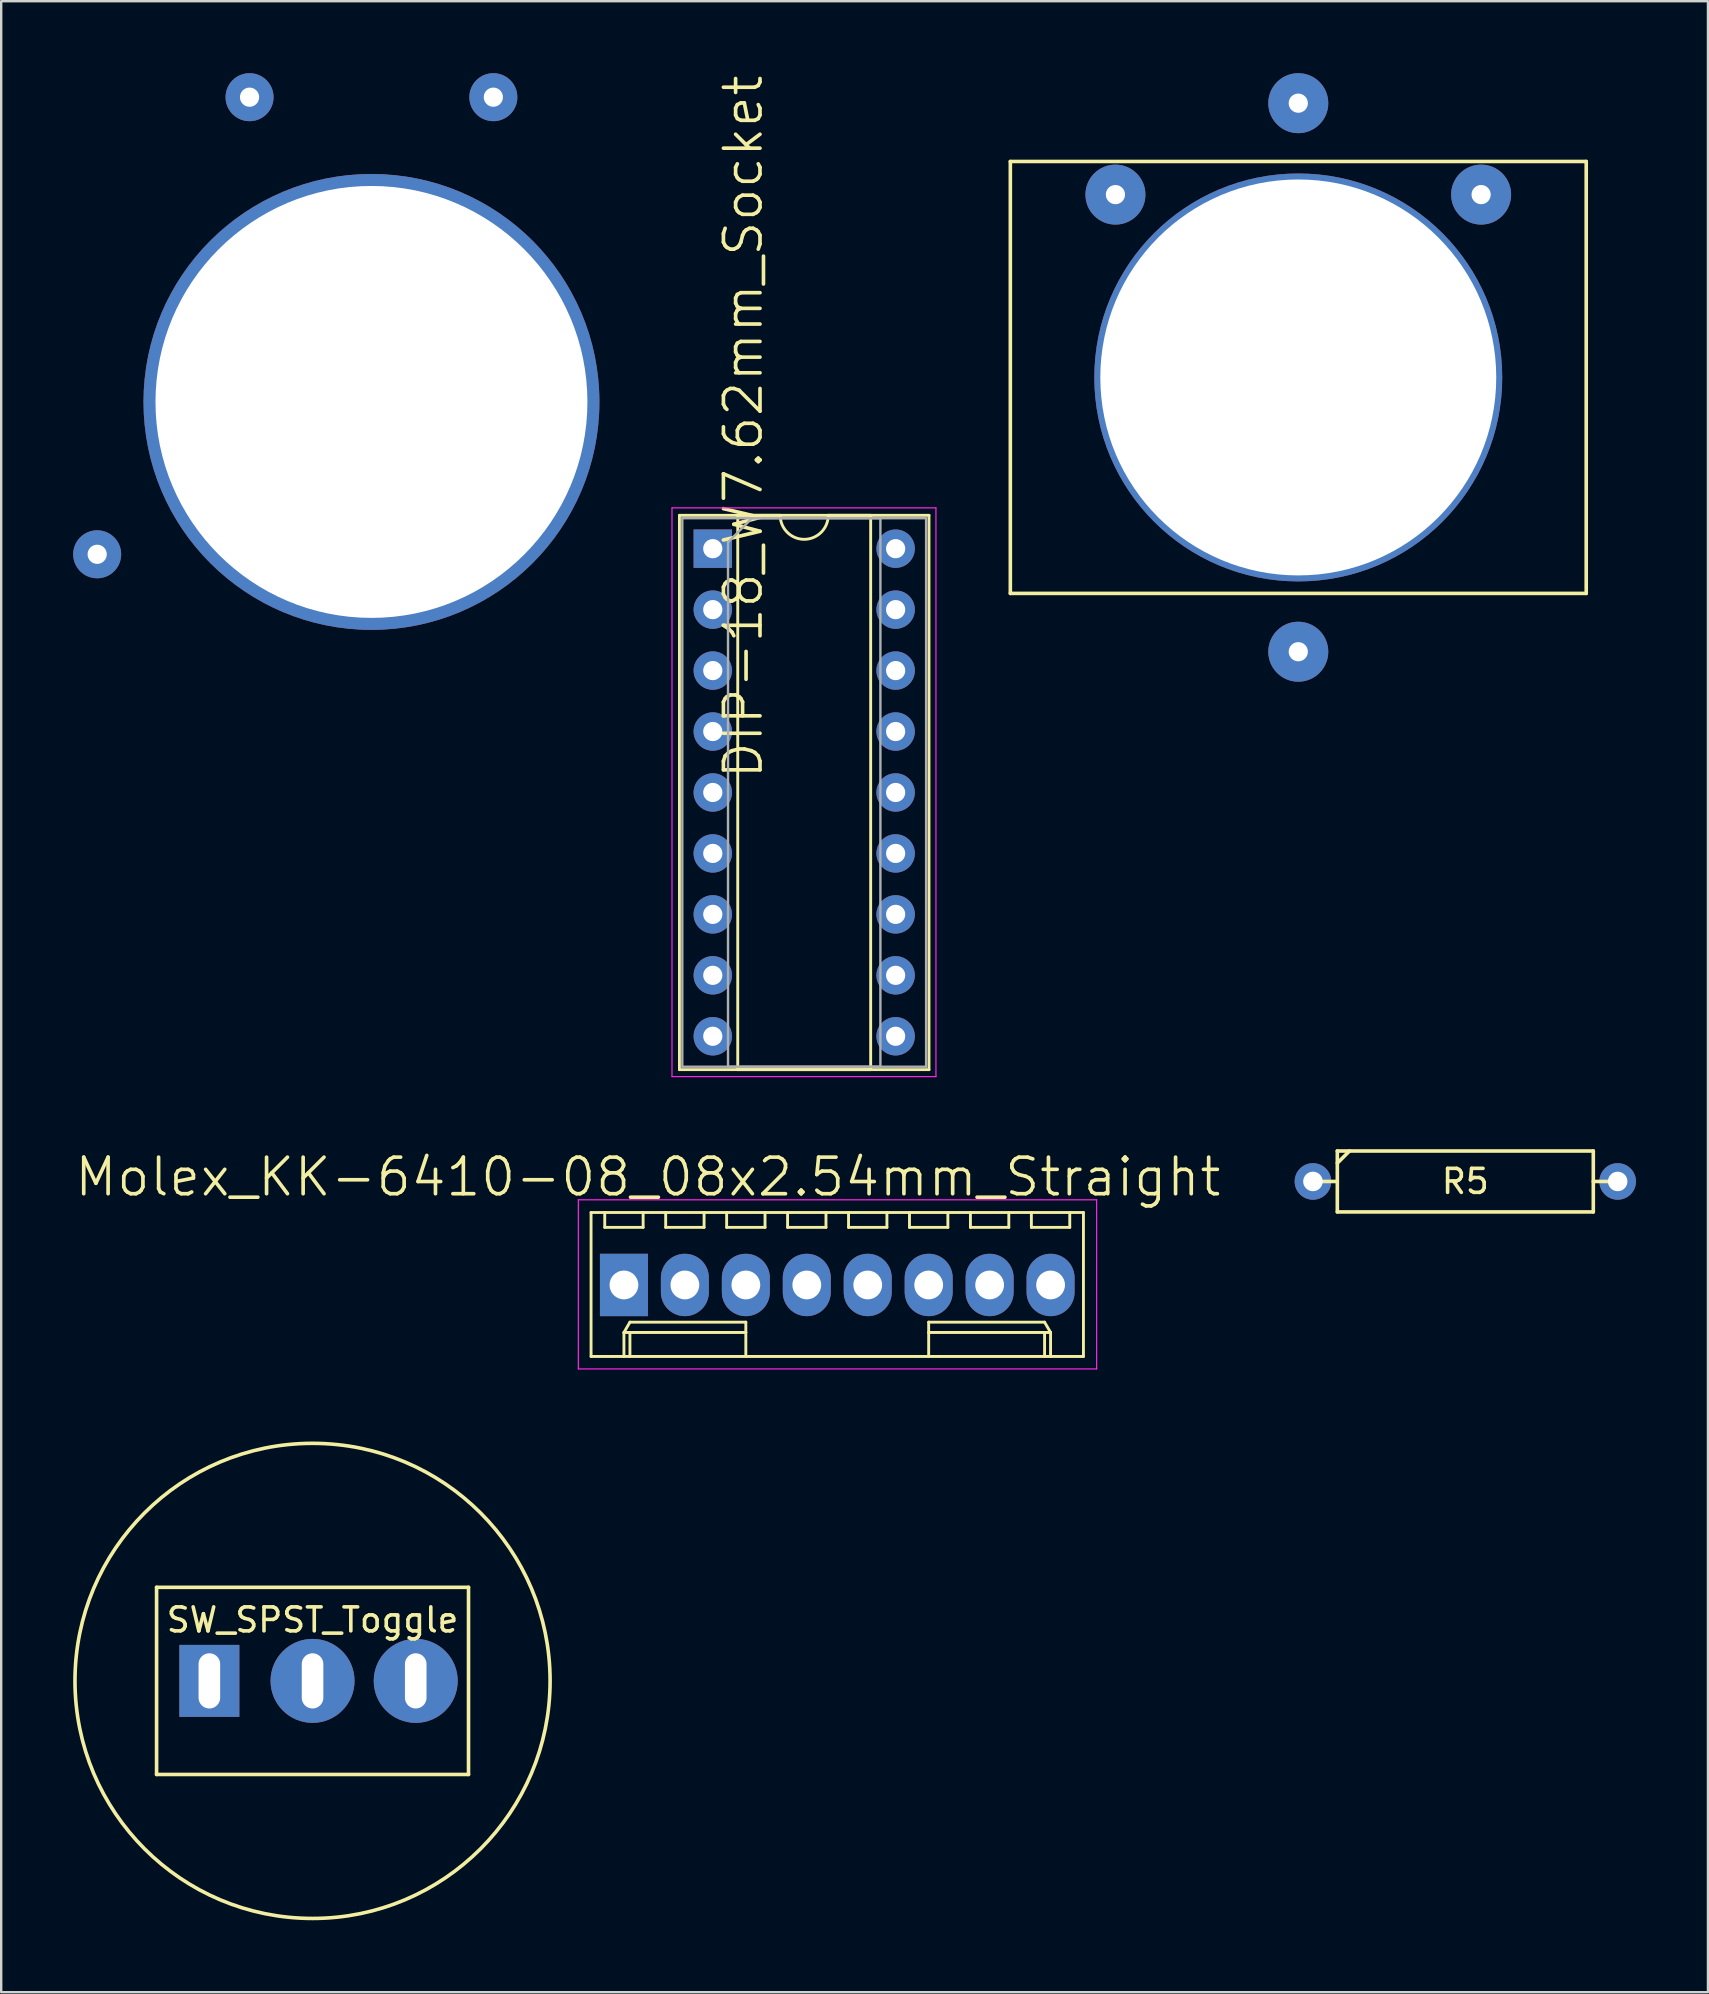
<source format=kicad_pcb>
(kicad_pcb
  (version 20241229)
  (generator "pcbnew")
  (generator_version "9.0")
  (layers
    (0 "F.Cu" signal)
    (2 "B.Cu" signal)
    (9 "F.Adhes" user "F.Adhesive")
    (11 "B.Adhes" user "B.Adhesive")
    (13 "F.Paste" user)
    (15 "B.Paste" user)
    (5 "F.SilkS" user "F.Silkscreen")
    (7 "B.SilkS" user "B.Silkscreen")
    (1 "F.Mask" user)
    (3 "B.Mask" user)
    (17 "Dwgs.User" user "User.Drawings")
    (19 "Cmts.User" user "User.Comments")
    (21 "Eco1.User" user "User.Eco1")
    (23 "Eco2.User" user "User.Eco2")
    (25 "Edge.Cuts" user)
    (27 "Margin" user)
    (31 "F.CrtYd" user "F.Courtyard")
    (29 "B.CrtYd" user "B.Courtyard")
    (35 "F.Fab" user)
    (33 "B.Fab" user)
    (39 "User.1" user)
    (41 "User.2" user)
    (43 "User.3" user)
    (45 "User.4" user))
  (footprint "EAO31_Rect"
    (layer "F.Cu")
    (at 51.055 12.68)
    (property "Reference" "EAO31_Rect" (at 0 0.5 0) (layer "F.SilkS") (effects (font (size 1 1) (thickness 0.15))))
    (attr through_hole)
    (fp_line (start -12 -9) (end 12 -9) (stroke (width 0.15) (type solid)) (layer "F.SilkS"))
    (fp_line (start -12 9) (end -12 -9) (stroke (width 0.15) (type solid)) (layer "F.SilkS"))
    (fp_line (start 12 -9) (end 12 9) (stroke (width 0.15) (type solid)) (layer "F.SilkS"))
    (fp_line (start 12 9) (end -12 9) (stroke (width 0.15) (type solid)) (layer "F.SilkS"))
    (pad "" np_thru_hole circle (at 0 0) (size 17 17) (drill 16.5) (layers "*.Cu" "*.Mask"))
    (pad "1" thru_hole circle (at -7.62 -7.62) (size 2.5 2.5) (drill 0.8) (layers "*.Cu" "*.Mask"))
    (pad "2" thru_hole circle (at 7.62 -7.62) (size 2.5 2.5) (drill 0.8) (layers "*.Cu" "*.Mask"))
    (pad "3" thru_hole circle (at 0 -11.43) (size 2.5 2.5) (drill 0.8) (layers "*.Cu" "*.Mask"))
    (pad "4" thru_hole circle (at 0 11.43) (size 2.5 2.5) (drill 0.8) (layers "*.Cu" "*.Mask")))
  (footprint "DIP-18_W7.62mm_Socket"
    (layer "F.Cu")
    (at 26.655 19.816)
    (property "Reference" "DIP-18_W7.62mm_Socket" (at 1.27 -5.08 90) (layer "F.SilkS") (effects (font (size 1.524 1.524) (thickness 0.152))))
    (attr through_hole)
    (fp_line (start -1.39 -1.39) (end -1.39 21.71) (stroke (width 0.12) (type solid)) (layer "F.SilkS"))
    (fp_line (start -1.39 21.71) (end 9.01 21.71) (stroke (width 0.12) (type solid)) (layer "F.SilkS"))
    (fp_line (start 1.04 -1.39) (end 1.04 21.71) (stroke (width 0.12) (type solid)) (layer "F.SilkS"))
    (fp_line (start 1.04 21.71) (end 6.58 21.71) (stroke (width 0.12) (type solid)) (layer "F.SilkS"))
    (fp_line (start 2.81 -1.39) (end 1.04 -1.39) (stroke (width 0.12) (type solid)) (layer "F.SilkS"))
    (fp_line (start 6.58 -1.39) (end 4.81 -1.39) (stroke (width 0.12) (type solid)) (layer "F.SilkS"))
    (fp_line (start 6.58 21.71) (end 6.58 -1.39) (stroke (width 0.12) (type solid)) (layer "F.SilkS"))
    (fp_line (start 9.01 -1.39) (end -1.39 -1.39) (stroke (width 0.12) (type solid)) (layer "F.SilkS"))
    (fp_line (start 9.01 21.71) (end 9.01 -1.39) (stroke (width 0.12) (type solid)) (layer "F.SilkS"))
    (fp_arc (start 4.81 -1.39) (mid 3.81 -0.39) (end 2.81 -1.39) (stroke (width 0.12) (type solid)) (layer "F.SilkS"))
    (fp_line (start -1.7 -1.7) (end -1.7 22) (stroke (width 0.05) (type solid)) (layer "F.CrtYd"))
    (fp_line (start -1.7 22) (end 9.3 22) (stroke (width 0.05) (type solid)) (layer "F.CrtYd"))
    (fp_line (start 9.3 -1.7) (end -1.7 -1.7) (stroke (width 0.05) (type solid)) (layer "F.CrtYd"))
    (fp_line (start 9.3 22) (end 9.3 -1.7) (stroke (width 0.05) (type solid)) (layer "F.CrtYd"))
    (fp_line (start -1.27 -1.27) (end -1.27 21.59) (stroke (width 0.1) (type solid)) (layer "F.Fab"))
    (fp_line (start -1.27 21.59) (end 8.89 21.59) (stroke (width 0.1) (type solid)) (layer "F.Fab"))
    (fp_line (start 0.635 -0.27) (end 1.635 -1.27) (stroke (width 0.1) (type solid)) (layer "F.Fab"))
    (fp_line (start 0.635 21.59) (end 0.635 -0.27) (stroke (width 0.1) (type solid)) (layer "F.Fab"))
    (fp_line (start 1.635 -1.27) (end 6.985 -1.27) (stroke (width 0.1) (type solid)) (layer "F.Fab"))
    (fp_line (start 6.985 -1.27) (end 6.985 21.59) (stroke (width 0.1) (type solid)) (layer "F.Fab"))
    (fp_line (start 6.985 21.59) (end 0.635 21.59) (stroke (width 0.1) (type solid)) (layer "F.Fab"))
    (fp_line (start 8.89 -1.27) (end -1.27 -1.27) (stroke (width 0.1) (type solid)) (layer "F.Fab"))
    (fp_line (start 8.89 21.59) (end 8.89 -1.27) (stroke (width 0.1) (type solid)) (layer "F.Fab"))
    (pad "1" thru_hole rect (at 0 0) (size 1.6 1.6) (drill 0.8) (layers "*.Cu" "*.Mask"))
    (pad "2" thru_hole oval (at 0 2.54) (size 1.6 1.6) (drill 0.8) (layers "*.Cu" "*.Mask"))
    (pad "3" thru_hole oval (at 0 5.08) (size 1.6 1.6) (drill 0.8) (layers "*.Cu" "*.Mask"))
    (pad "4" thru_hole oval (at 0 7.62) (size 1.6 1.6) (drill 0.8) (layers "*.Cu" "*.Mask"))
    (pad "5" thru_hole oval (at 0 10.16) (size 1.6 1.6) (drill 0.8) (layers "*.Cu" "*.Mask"))
    (pad "6" thru_hole oval (at 0 12.7) (size 1.6 1.6) (drill 0.8) (layers "*.Cu" "*.Mask"))
    (pad "7" thru_hole oval (at 0 15.24) (size 1.6 1.6) (drill 0.8) (layers "*.Cu" "*.Mask"))
    (pad "8" thru_hole oval (at 0 17.78) (size 1.6 1.6) (drill 0.8) (layers "*.Cu" "*.Mask"))
    (pad "9" thru_hole oval (at 0 20.32) (size 1.6 1.6) (drill 0.8) (layers "*.Cu" "*.Mask"))
    (pad "10" thru_hole oval (at 7.62 20.32) (size 1.6 1.6) (drill 0.8) (layers "*.Cu" "*.Mask"))
    (pad "11" thru_hole oval (at 7.62 17.78) (size 1.6 1.6) (drill 0.8) (layers "*.Cu" "*.Mask"))
    (pad "12" thru_hole oval (at 7.62 15.24) (size 1.6 1.6) (drill 0.8) (layers "*.Cu" "*.Mask"))
    (pad "13" thru_hole oval (at 7.62 12.7) (size 1.6 1.6) (drill 0.8) (layers "*.Cu" "*.Mask"))
    (pad "14" thru_hole oval (at 7.62 10.16) (size 1.6 1.6) (drill 0.8) (layers "*.Cu" "*.Mask"))
    (pad "15" thru_hole oval (at 7.62 7.62) (size 1.6 1.6) (drill 0.8) (layers "*.Cu" "*.Mask"))
    (pad "16" thru_hole oval (at 7.62 5.08) (size 1.6 1.6) (drill 0.8) (layers "*.Cu" "*.Mask"))
    (pad "17" thru_hole oval (at 7.62 2.54) (size 1.6 1.6) (drill 0.8) (layers "*.Cu" "*.Mask"))
    (pad "18" thru_hole oval (at 7.62 0) (size 1.6 1.6) (drill 0.8) (layers "*.Cu" "*.Mask")))
  (footprint "Molex_KK-6410-08_08x2.54mm_Straight"
    (layer "F.Cu")
    (at 22.952 50.5)
    (property "Reference" "Molex_KK-6410-08_08x2.54mm_Straight" (at 1 -4.5 0) (layer "F.SilkS") (effects (font (size 1.524 1.524) (thickness 0.152))))
    (attr through_hole)
    (fp_line (start -1.37 -3.02) (end -1.37 2.98) (stroke (width 0.12) (type solid)) (layer "F.SilkS"))
    (fp_line (start -1.37 2.98) (end 19.15 2.98) (stroke (width 0.12) (type solid)) (layer "F.SilkS"))
    (fp_line (start -0.8 -3.02) (end -0.8 -2.4) (stroke (width 0.12) (type solid)) (layer "F.SilkS"))
    (fp_line (start -0.8 -2.4) (end 0.8 -2.4) (stroke (width 0.12) (type solid)) (layer "F.SilkS"))
    (fp_line (start 0 1.98) (end 0.25 1.55) (stroke (width 0.12) (type solid)) (layer "F.SilkS"))
    (fp_line (start 0 1.98) (end 5.08 1.98) (stroke (width 0.12) (type solid)) (layer "F.SilkS"))
    (fp_line (start 0 2.98) (end 0 1.98) (stroke (width 0.12) (type solid)) (layer "F.SilkS"))
    (fp_line (start 0.25 1.55) (end 5.08 1.55) (stroke (width 0.12) (type solid)) (layer "F.SilkS"))
    (fp_line (start 0.25 2.98) (end 0.25 1.98) (stroke (width 0.12) (type solid)) (layer "F.SilkS"))
    (fp_line (start 0.8 -2.4) (end 0.8 -3.02) (stroke (width 0.12) (type solid)) (layer "F.SilkS"))
    (fp_line (start 1.74 -3.02) (end 1.74 -2.4) (stroke (width 0.12) (type solid)) (layer "F.SilkS"))
    (fp_line (start 1.74 -2.4) (end 3.34 -2.4) (stroke (width 0.12) (type solid)) (layer "F.SilkS"))
    (fp_line (start 3.34 -2.4) (end 3.34 -3.02) (stroke (width 0.12) (type solid)) (layer "F.SilkS"))
    (fp_line (start 4.28 -3.02) (end 4.28 -2.4) (stroke (width 0.12) (type solid)) (layer "F.SilkS"))
    (fp_line (start 4.28 -2.4) (end 5.88 -2.4) (stroke (width 0.12) (type solid)) (layer "F.SilkS"))
    (fp_line (start 5.08 1.55) (end 5.08 1.98) (stroke (width 0.12) (type solid)) (layer "F.SilkS"))
    (fp_line (start 5.08 1.98) (end 5.08 2.98) (stroke (width 0.12) (type solid)) (layer "F.SilkS"))
    (fp_line (start 5.88 -2.4) (end 5.88 -3.02) (stroke (width 0.12) (type solid)) (layer "F.SilkS"))
    (fp_line (start 6.82 -3.02) (end 6.82 -2.4) (stroke (width 0.12) (type solid)) (layer "F.SilkS"))
    (fp_line (start 6.82 -2.4) (end 8.42 -2.4) (stroke (width 0.12) (type solid)) (layer "F.SilkS"))
    (fp_line (start 8.42 -2.4) (end 8.42 -3.02) (stroke (width 0.12) (type solid)) (layer "F.SilkS"))
    (fp_line (start 9.36 -3.02) (end 9.36 -2.4) (stroke (width 0.12) (type solid)) (layer "F.SilkS"))
    (fp_line (start 9.36 -2.4) (end 10.96 -2.4) (stroke (width 0.12) (type solid)) (layer "F.SilkS"))
    (fp_line (start 10.96 -2.4) (end 10.96 -3.02) (stroke (width 0.12) (type solid)) (layer "F.SilkS"))
    (fp_line (start 11.9 -3.02) (end 11.9 -2.4) (stroke (width 0.12) (type solid)) (layer "F.SilkS"))
    (fp_line (start 11.9 -2.4) (end 13.5 -2.4) (stroke (width 0.12) (type solid)) (layer "F.SilkS"))
    (fp_line (start 12.7 1.55) (end 12.7 1.98) (stroke (width 0.12) (type solid)) (layer "F.SilkS"))
    (fp_line (start 12.7 1.98) (end 12.7 2.98) (stroke (width 0.12) (type solid)) (layer "F.SilkS"))
    (fp_line (start 13.5 -2.4) (end 13.5 -3.02) (stroke (width 0.12) (type solid)) (layer "F.SilkS"))
    (fp_line (start 14.44 -3.02) (end 14.44 -2.4) (stroke (width 0.12) (type solid)) (layer "F.SilkS"))
    (fp_line (start 14.44 -2.4) (end 16.04 -2.4) (stroke (width 0.12) (type solid)) (layer "F.SilkS"))
    (fp_line (start 16.04 -2.4) (end 16.04 -3.02) (stroke (width 0.12) (type solid)) (layer "F.SilkS"))
    (fp_line (start 16.98 -3.02) (end 16.98 -2.4) (stroke (width 0.12) (type solid)) (layer "F.SilkS"))
    (fp_line (start 16.98 -2.4) (end 18.58 -2.4) (stroke (width 0.12) (type solid)) (layer "F.SilkS"))
    (fp_line (start 17.53 1.55) (end 12.7 1.55) (stroke (width 0.12) (type solid)) (layer "F.SilkS"))
    (fp_line (start 17.53 2.98) (end 17.53 1.98) (stroke (width 0.12) (type solid)) (layer "F.SilkS"))
    (fp_line (start 17.78 1.98) (end 12.7 1.98) (stroke (width 0.12) (type solid)) (layer "F.SilkS"))
    (fp_line (start 17.78 1.98) (end 17.53 1.55) (stroke (width 0.12) (type solid)) (layer "F.SilkS"))
    (fp_line (start 17.78 2.98) (end 17.78 1.98) (stroke (width 0.12) (type solid)) (layer "F.SilkS"))
    (fp_line (start 18.58 -2.4) (end 18.58 -3.02) (stroke (width 0.12) (type solid)) (layer "F.SilkS"))
    (fp_line (start 19.15 -3.02) (end -1.37 -3.02) (stroke (width 0.12) (type solid)) (layer "F.SilkS"))
    (fp_line (start 19.15 2.98) (end 19.15 -3.02) (stroke (width 0.12) (type solid)) (layer "F.SilkS"))
    (fp_line (start -1.9 -3.55) (end 19.7 -3.55) (stroke (width 0.05) (type solid)) (layer "F.CrtYd"))
    (fp_line (start -1.9 3.5) (end -1.9 -3.55) (stroke (width 0.05) (type solid)) (layer "F.CrtYd"))
    (fp_line (start 19.7 -3.55) (end 19.7 3.5) (stroke (width 0.05) (type solid)) (layer "F.CrtYd"))
    (fp_line (start 19.7 3.5) (end -1.9 3.5) (stroke (width 0.05) (type solid)) (layer "F.CrtYd"))
    (pad "1" thru_hole rect (at 0 0) (size 2 2.6) (drill 1.2) (layers "*.Cu" "*.Mask"))
    (pad "2" thru_hole oval (at 2.54 0) (size 2 2.6) (drill 1.2) (layers "*.Cu" "*.Mask"))
    (pad "3" thru_hole oval (at 5.08 0) (size 2 2.6) (drill 1.2) (layers "*.Cu" "*.Mask"))
    (pad "4" thru_hole oval (at 7.62 0) (size 2 2.6) (drill 1.2) (layers "*.Cu" "*.Mask"))
    (pad "5" thru_hole oval (at 10.16 0) (size 2 2.6) (drill 1.2) (layers "*.Cu" "*.Mask"))
    (pad "6" thru_hole oval (at 12.7 0) (size 2 2.6) (drill 1.2) (layers "*.Cu" "*.Mask"))
    (pad "7" thru_hole oval (at 15.24 0) (size 2 2.6) (drill 1.2) (layers "*.Cu" "*.Mask"))
    (pad "8" thru_hole oval (at 17.78 0) (size 2 2.6) (drill 1.2) (layers "*.Cu" "*.Mask")))
  (footprint "R5"
    (layer "F.Cu")
    (at 58.016 46.186)
    (property "Reference" "R5" (at 0 0 0) (layer "F.SilkS") (effects (font (size 1 1) (thickness 0.15))))
    (attr through_hole)
    (fp_line (start -6.35 0) (end -5.334 0) (stroke (width 0.15) (type solid)) (layer "F.SilkS"))
    (fp_line (start -5.334 -1.27) (end 5.334 -1.27) (stroke (width 0.15) (type solid)) (layer "F.SilkS"))
    (fp_line (start -5.334 -0.762) (end -4.826 -1.27) (stroke (width 0.15) (type solid)) (layer "F.SilkS"))
    (fp_line (start -5.334 1.27) (end -5.334 -1.27) (stroke (width 0.15) (type solid)) (layer "F.SilkS"))
    (fp_line (start 5.334 -1.27) (end 5.334 1.27) (stroke (width 0.15) (type solid)) (layer "F.SilkS"))
    (fp_line (start 5.334 1.27) (end -5.334 1.27) (stroke (width 0.15) (type solid)) (layer "F.SilkS"))
    (fp_line (start 6.35 0) (end 5.334 0) (stroke (width 0.15) (type solid)) (layer "F.SilkS"))
    (pad "1" thru_hole circle (at -6.35 0) (size 1.524 1.524) (drill 0.813) (layers "*.Cu" "*.Mask"))
    (pad "2" thru_hole circle (at 6.35 0) (size 1.524 1.524) (drill 0.813) (layers "*.Cu" "*.Mask")))
  (footprint "C&K_Keyswitch"
    (layer "F.Cu")
    (at 12.43 13.7)
    (property "Reference" "C&K_Keyswitch" (at 0 0.5 0) (layer "F.SilkS") (effects (font (size 1 1) (thickness 0.15))))
    (attr through_hole)
    (pad "" np_thru_hole circle (at 0 0) (size 19 19) (drill 18) (layers "*.Cu" "*.Mask"))
    (pad "1" thru_hole circle (at -11.43 6.35) (size 2 2) (drill 0.8) (layers "*.Cu" "*.Mask"))
    (pad "2" thru_hole circle (at -5.08 -12.7) (size 2 2) (drill 0.8) (layers "*.Cu" "*.Mask"))
    (pad "3" thru_hole circle (at 5.08 -12.7) (size 2 2) (drill 0.8) (layers "*.Cu" "*.Mask")))
  (footprint "SW_SPST_Toggle"
    (layer "F.Cu")
    (at 9.975 67)
    (property "Reference" "SW_SPST_Toggle" (at 0 -2.54 0) (layer "F.SilkS") (effects (font (size 1 1) (thickness 0.15))))
    (attr through_hole)
    (fp_line (start -6.5 -3.9) (end 6.5 -3.9) (stroke (width 0.15) (type solid)) (layer "F.SilkS"))
    (fp_line (start -6.5 3.9) (end -6.5 -3.9) (stroke (width 0.15) (type solid)) (layer "F.SilkS"))
    (fp_line (start 6.5 -3.9) (end 6.5 3.9) (stroke (width 0.15) (type solid)) (layer "F.SilkS"))
    (fp_line (start 6.5 3.9) (end -6.5 3.9) (stroke (width 0.15) (type solid)) (layer "F.SilkS"))
    (fp_circle (center 0 0) (end 9.9 0) (stroke (width 0.15) (type solid)) (fill no) (layer "F.SilkS"))
    (pad "1" thru_hole circle (at 0 0) (size 3.5 3.5) (drill oval 0.9 2.3) (layers "*.Cu" "*.Mask"))
    (pad "2" thru_hole rect (at -4.3 0) (size 2.5 3) (drill oval 0.9 2.3) (layers "*.Cu" "*.Mask"))
    (pad "3" thru_hole circle (at 4.3 0) (size 3.5 3.5) (drill oval 0.9 2.3) (layers "*.Cu" "*.Mask")))
  (gr_rect
    (start -3 -3)
    (end 68.128 79.975)
    (stroke (width 0.1) (type default))
    (fill no)
    (layer "Edge.Cuts")))
</source>
